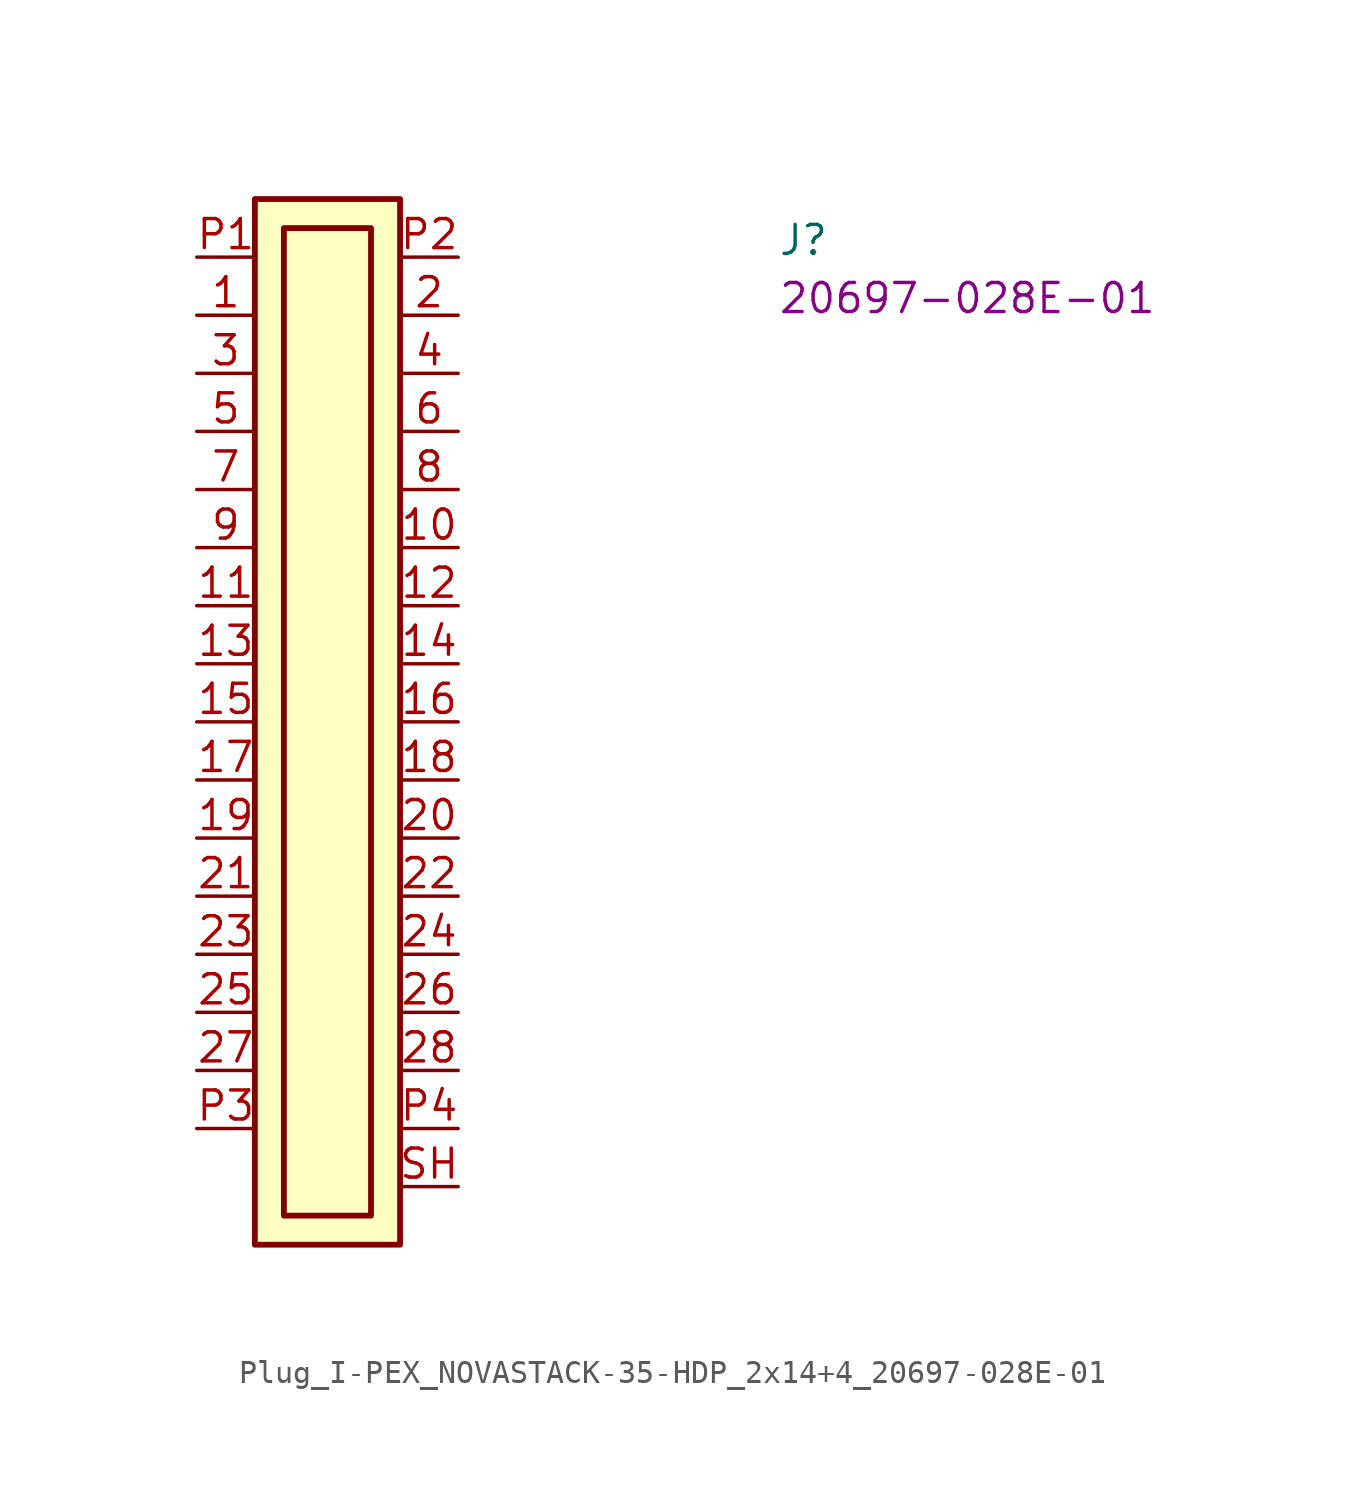
<source format=kicad_sym>
(kicad_symbol_lib
  (version 20220914)
  (generator kicad_symbol_editor)
  (symbol "Plug_I-PEX_NOVASTACK-35-HDP_2x14+4_20697-028E-01"
    (property "Reference" "J"
      (at 25.4 0 0)
      (effects (font (size 1.27 1.27) (thickness 0.15)) (justify left bottom)))
    (property "MPN" "20697-028E-01"
      (at 25.4 -2.54 0)
      (effects (font (size 1.27 1.27) (thickness 0.15)) (justify left bottom)))
    (symbol "Plug_I-PEX_NOVASTACK-35-HDP_2x14+4_20697-028E-01_1_1"
      (rectangle (start 2.54 2.54) (end 8.89 -43.18) (stroke (width 0.254) (type default)) (fill (type background)))
      (rectangle (start 3.81 1.27) (end 7.62 -41.91) (stroke (width 0.254) (type default)) (fill (type background)))
      (pin passive line (at 0 -2.54 0) (length 2.54) (name "~" (effects (font (size 1.27 1.27)))) (number "1" (effects (font (size 1.27 1.27)))))
      (pin passive line (at 11.43 -12.7 180) (length 2.54) (name "~" (effects (font (size 1.27 1.27)))) (number "10" (effects (font (size 1.27 1.27)))))
      (pin passive line (at 0 -15.24 0) (length 2.54) (name "~" (effects (font (size 1.27 1.27)))) (number "11" (effects (font (size 1.27 1.27)))))
      (pin passive line (at 11.43 -15.24 180) (length 2.54) (name "~" (effects (font (size 1.27 1.27)))) (number "12" (effects (font (size 1.27 1.27)))))
      (pin passive line (at 0 -17.78 0) (length 2.54) (name "~" (effects (font (size 1.27 1.27)))) (number "13" (effects (font (size 1.27 1.27)))))
      (pin passive line (at 11.43 -17.78 180) (length 2.54) (name "~" (effects (font (size 1.27 1.27)))) (number "14" (effects (font (size 1.27 1.27)))))
      (pin passive line (at 0 -20.32 0) (length 2.54) (name "~" (effects (font (size 1.27 1.27)))) (number "15" (effects (font (size 1.27 1.27)))))
      (pin passive line (at 11.43 -20.32 180) (length 2.54) (name "~" (effects (font (size 1.27 1.27)))) (number "16" (effects (font (size 1.27 1.27)))))
      (pin passive line (at 0 -22.86 0) (length 2.54) (name "~" (effects (font (size 1.27 1.27)))) (number "17" (effects (font (size 1.27 1.27)))))
      (pin passive line (at 11.43 -22.86 180) (length 2.54) (name "~" (effects (font (size 1.27 1.27)))) (number "18" (effects (font (size 1.27 1.27)))))
      (pin passive line (at 0 -25.4 0) (length 2.54) (name "~" (effects (font (size 1.27 1.27)))) (number "19" (effects (font (size 1.27 1.27)))))
      (pin passive line (at 11.43 -2.54 180) (length 2.54) (name "~" (effects (font (size 1.27 1.27)))) (number "2" (effects (font (size 1.27 1.27)))))
      (pin passive line (at 11.43 -25.4 180) (length 2.54) (name "~" (effects (font (size 1.27 1.27)))) (number "20" (effects (font (size 1.27 1.27)))))
      (pin passive line (at 0 -27.94 0) (length 2.54) (name "~" (effects (font (size 1.27 1.27)))) (number "21" (effects (font (size 1.27 1.27)))))
      (pin passive line (at 11.43 -27.94 180) (length 2.54) (name "~" (effects (font (size 1.27 1.27)))) (number "22" (effects (font (size 1.27 1.27)))))
      (pin passive line (at 0 -30.48 0) (length 2.54) (name "~" (effects (font (size 1.27 1.27)))) (number "23" (effects (font (size 1.27 1.27)))))
      (pin passive line (at 11.43 -30.48 180) (length 2.54) (name "~" (effects (font (size 1.27 1.27)))) (number "24" (effects (font (size 1.27 1.27)))))
      (pin passive line (at 0 -33.02 0) (length 2.54) (name "~" (effects (font (size 1.27 1.27)))) (number "25" (effects (font (size 1.27 1.27)))))
      (pin passive line (at 11.43 -33.02 180) (length 2.54) (name "~" (effects (font (size 1.27 1.27)))) (number "26" (effects (font (size 1.27 1.27)))))
      (pin passive line (at 0 -35.56 0) (length 2.54) (name "~" (effects (font (size 1.27 1.27)))) (number "27" (effects (font (size 1.27 1.27)))))
      (pin passive line (at 11.43 -35.56 180) (length 2.54) (name "~" (effects (font (size 1.27 1.27)))) (number "28" (effects (font (size 1.27 1.27)))))
      (pin passive line (at 0 -5.08 0) (length 2.54) (name "~" (effects (font (size 1.27 1.27)))) (number "3" (effects (font (size 1.27 1.27)))))
      (pin passive line (at 11.43 -5.08 180) (length 2.54) (name "~" (effects (font (size 1.27 1.27)))) (number "4" (effects (font (size 1.27 1.27)))))
      (pin passive line (at 0 -7.62 0) (length 2.54) (name "~" (effects (font (size 1.27 1.27)))) (number "5" (effects (font (size 1.27 1.27)))))
      (pin passive line (at 11.43 -7.62 180) (length 2.54) (name "~" (effects (font (size 1.27 1.27)))) (number "6" (effects (font (size 1.27 1.27)))))
      (pin passive line (at 0 -10.16 0) (length 2.54) (name "~" (effects (font (size 1.27 1.27)))) (number "7" (effects (font (size 1.27 1.27)))))
      (pin passive line (at 11.43 -10.16 180) (length 2.54) (name "~" (effects (font (size 1.27 1.27)))) (number "8" (effects (font (size 1.27 1.27)))))
      (pin passive line (at 0 -12.7 0) (length 2.54) (name "~" (effects (font (size 1.27 1.27)))) (number "9" (effects (font (size 1.27 1.27)))))
      (pin passive line (at 0 0 0) (length 2.54) (name "~" (effects (font (size 1.27 1.27)))) (number "P1" (effects (font (size 1.27 1.27)))))
      (pin passive line (at 11.43 0 180) (length 2.54) (name "~" (effects (font (size 1.27 1.27)))) (number "P2" (effects (font (size 1.27 1.27)))))
      (pin passive line (at 0 -38.1 0) (length 2.54) (name "~" (effects (font (size 1.27 1.27)))) (number "P3" (effects (font (size 1.27 1.27)))))
      (pin passive line (at 11.43 -38.1 180) (length 2.54) (name "~" (effects (font (size 1.27 1.27)))) (number "P4" (effects (font (size 1.27 1.27)))))
      (pin passive line (at 11.43 -40.64 180) (length 2.54) (name "~" (effects (font (size 1.27 1.27)))) (number "SH" (effects (font (size 1.27 1.27))))))))
</source>
